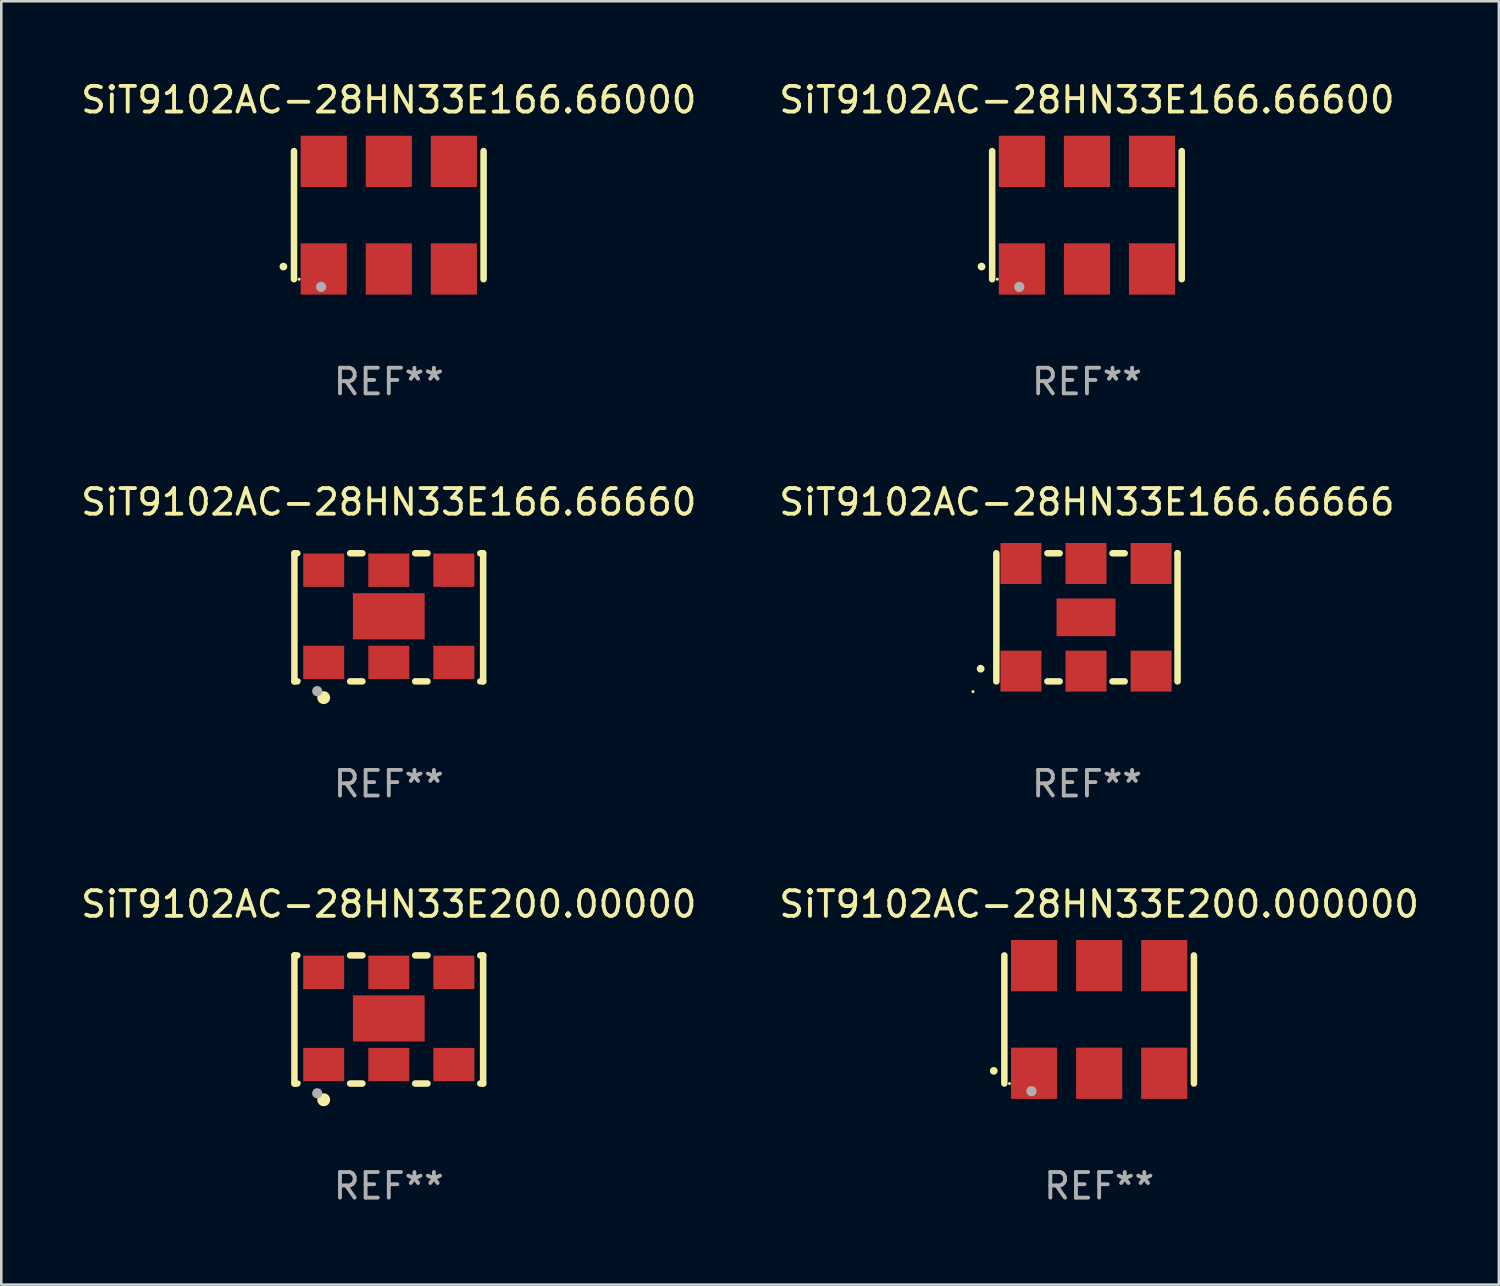
<source format=kicad_pcb>
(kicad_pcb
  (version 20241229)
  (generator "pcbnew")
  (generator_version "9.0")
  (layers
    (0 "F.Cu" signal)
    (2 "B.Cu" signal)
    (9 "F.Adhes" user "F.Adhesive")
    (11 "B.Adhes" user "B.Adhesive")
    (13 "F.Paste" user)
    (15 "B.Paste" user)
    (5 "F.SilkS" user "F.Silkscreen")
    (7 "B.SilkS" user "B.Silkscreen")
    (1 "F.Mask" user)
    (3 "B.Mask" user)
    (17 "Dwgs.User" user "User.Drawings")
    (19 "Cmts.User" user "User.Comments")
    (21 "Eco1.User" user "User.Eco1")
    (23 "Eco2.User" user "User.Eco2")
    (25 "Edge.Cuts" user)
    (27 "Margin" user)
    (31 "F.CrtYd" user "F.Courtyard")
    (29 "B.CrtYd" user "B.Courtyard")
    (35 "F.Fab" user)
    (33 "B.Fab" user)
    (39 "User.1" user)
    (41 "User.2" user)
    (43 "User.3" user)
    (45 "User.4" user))
  (footprint "SiT9102AC-28HN33E166.66000"
    (layer "F.Cu")
    (at 12.125 5.348)
    (property "Reference" "SiT9102AC-28HN33E166.66000" (at 0 -4.5 0) (layer "F.SilkS") (effects (font (size 1 1) (thickness 0.15))))
    (attr through_hole)
    (fp_line (start -3.7 -2.5) (end -3.7 2.5) (stroke (width 0.254) (type solid)) (layer "F.SilkS"))
    (fp_line (start 3.7 -2.5) (end 3.7 2.5) (stroke (width 0.254) (type solid)) (layer "F.SilkS"))
    (fp_arc (start -4.114415 2.006604) (mid -4.113145 2.006599) (end -4.111875 2.006604) (stroke (width 0.3) (type solid)) (layer "F.SilkS"))
    (fp_circle (center -3.5 2.501) (end -3.47 2.501) (stroke (width 0.06) (type solid)) (fill no) (layer "F.SilkS"))
    (fp_circle (center -2.641 2.799) (end -2.541 2.799) (stroke (width 0.2) (type solid)) (fill no) (layer "F.Fab"))
    (fp_text user "REF**" (at 0 6.5 0) (layer "F.Fab") (effects (font (size 1 1) (thickness 0.15))))
    (pad "1" smd rect (at -2.54 2.1) (size 1.8 2) (layers "F.Cu" "F.Mask" "F.Paste"))
    (pad "2" smd rect (at 0.000394 2.1) (size 1.8 2) (layers "F.Cu" "F.Mask" "F.Paste"))
    (pad "3" smd rect (at 2.54 2.1) (size 1.8 2) (layers "F.Cu" "F.Mask" "F.Paste"))
    (pad "4" smd rect (at 2.54 -2.1) (size 1.8 2) (layers "F.Cu" "F.Mask" "F.Paste"))
    (pad "5" smd rect (at 0.000394 -2.1) (size 1.8 2) (layers "F.Cu" "F.Mask" "F.Paste"))
    (pad "6" smd rect (at -2.54 -2.1) (size 1.8 2) (layers "F.Cu" "F.Mask" "F.Paste")))
  (footprint "SiT9102AC-28HN33E166.66660"
    (layer "F.Cu")
    (at 12.125 21.045)
    (property "Reference" "SiT9102AC-28HN33E166.66660" (at 0 -4.5 0) (layer "F.SilkS") (effects (font (size 1 1) (thickness 0.15))))
    (attr through_hole)
    (fp_line (start -3.683 -2.5) (end -3.571 -2.5) (stroke (width 0.254) (type solid)) (layer "F.SilkS"))
    (fp_line (start -3.683 2.5) (end -3.683 -2.5) (stroke (width 0.254) (type solid)) (layer "F.SilkS"))
    (fp_line (start -3.683 2.5) (end -3.571 2.5) (stroke (width 0.254) (type solid)) (layer "F.SilkS"))
    (fp_line (start -1.509 -2.5) (end -1.031 -2.5) (stroke (width 0.254) (type solid)) (layer "F.SilkS"))
    (fp_line (start -1.509 2.5) (end -1.031 2.5) (stroke (width 0.254) (type solid)) (layer "F.SilkS"))
    (fp_line (start 1.031 -2.5) (end 1.509 -2.5) (stroke (width 0.254) (type solid)) (layer "F.SilkS"))
    (fp_line (start 1.031 2.5) (end 1.509 2.5) (stroke (width 0.254) (type solid)) (layer "F.SilkS"))
    (fp_line (start 3.571 -2.5) (end 3.683 -2.5) (stroke (width 0.254) (type solid)) (layer "F.SilkS"))
    (fp_line (start 3.571 2.5) (end 3.683 2.5) (stroke (width 0.254) (type solid)) (layer "F.SilkS"))
    (fp_line (start 3.683 2.5) (end 3.683 -2.5) (stroke (width 0.254) (type solid)) (layer "F.SilkS"))
    (fp_circle (center -3.5 2.46) (end -3.47 2.46) (stroke (width 0.06) (type solid)) (fill no) (layer "F.SilkS"))
    (fp_circle (center -2.54 3.135) (end -2.413 3.135) (stroke (width 0.254) (type solid)) (fill no) (layer "F.SilkS"))
    (fp_circle (center -2.794 2.881) (end -2.694 2.881) (stroke (width 0.2) (type solid)) (fill no) (layer "F.Fab"))
    (fp_text user "REF**" (at 0 6.5 0) (layer "F.Fab") (effects (font (size 1 1) (thickness 0.15))))
    (pad "1" smd rect (at -2.54 1.76) (size 1.6 1.3) (layers "F.Cu" "F.Mask" "F.Paste"))
    (pad "2" smd rect (at 0 1.76) (size 1.6 1.3) (layers "F.Cu" "F.Mask" "F.Paste"))
    (pad "3" smd rect (at 2.54 1.76) (size 1.6 1.3) (layers "F.Cu" "F.Mask" "F.Paste"))
    (pad "4" smd rect (at 2.54 -1.84) (size 1.6 1.3) (layers "F.Cu" "F.Mask" "F.Paste"))
    (pad "5" smd rect (at 0 -1.84) (size 1.6 1.3) (layers "F.Cu" "F.Mask" "F.Paste"))
    (pad "6" smd rect (at -2.54 -1.84) (size 1.6 1.3) (layers "F.Cu" "F.Mask" "F.Paste"))
    (pad "7" smd rect (at 0 -0.04) (size 2.8 1.8) (layers "F.Cu" "F.Mask" "F.Paste")))
  (footprint "SiT9102AC-28HN33E166.66666"
    (layer "F.Cu")
    (at 39.375 21.045)
    (property "Reference" "SiT9102AC-28HN33E166.66666" (at 0 -4.5 0) (layer "F.SilkS") (effects (font (size 1 1) (thickness 0.15))))
    (attr through_hole)
    (fp_line (start -3.536 -2.5) (end -3.536 2.5) (stroke (width 0.254) (type solid)) (layer "F.SilkS"))
    (fp_line (start -1.544 2.5) (end -1.067 2.5) (stroke (width 0.254) (type solid)) (layer "F.SilkS"))
    (fp_line (start -1.067 -2.5) (end -1.544 -2.5) (stroke (width 0.254) (type solid)) (layer "F.SilkS"))
    (fp_line (start 0.996 2.5) (end 1.473 2.5) (stroke (width 0.254) (type solid)) (layer "F.SilkS"))
    (fp_line (start 1.473 -2.5) (end 0.996 -2.5) (stroke (width 0.254) (type solid)) (layer "F.SilkS"))
    (fp_line (start 3.536 -2.5) (end 3.536 -2.5) (stroke (width 0.254) (type solid)) (layer "F.SilkS"))
    (fp_line (start 3.536 2.5) (end 3.536 -2.5) (stroke (width 0.254) (type solid)) (layer "F.SilkS"))
    (fp_arc (start -4.150432 2.006604) (mid -4.149162 2.006599) (end -4.147892 2.006604) (stroke (width 0.3) (type solid)) (layer "F.SilkS"))
    (fp_circle (center -4.449 2.9) (end -4.419 2.9) (stroke (width 0.06) (type solid)) (fill no) (layer "F.SilkS"))
    (fp_text user "REF**" (at 0 6.5 0) (layer "F.Fab") (effects (font (size 1 1) (thickness 0.15))))
    (pad "1" smd rect (at -2.576 2.1) (size 1.6 1.6) (layers "F.Cu" "F.Mask" "F.Paste"))
    (pad "2" smd rect (at -0.036 2.1) (size 1.6 1.6) (layers "F.Cu" "F.Mask" "F.Paste"))
    (pad "3" smd rect (at 2.504 2.1) (size 1.6 1.6) (layers "F.Cu" "F.Mask" "F.Paste"))
    (pad "4" smd rect (at 2.504 -2.1) (size 1.6 1.6) (layers "F.Cu" "F.Mask" "F.Paste"))
    (pad "5" smd rect (at -0.036 -2.1) (size 1.6 1.6) (layers "F.Cu" "F.Mask" "F.Paste"))
    (pad "6" smd rect (at -2.576 -2.1) (size 1.6 1.6) (layers "F.Cu" "F.Mask" "F.Paste"))
    (pad "7" smd rect (at -0.036 0) (size 2.3 1.47) (layers "F.Cu" "F.Mask" "F.Paste")))
  (footprint "SiT9102AC-28HN33E200.000000"
    (layer "F.Cu")
    (at 39.851 36.741)
    (property "Reference" "SiT9102AC-28HN33E200.000000" (at 0 -4.5 0) (layer "F.SilkS") (effects (font (size 1 1) (thickness 0.15))))
    (attr through_hole)
    (fp_line (start -3.7 -2.5) (end -3.7 2.5) (stroke (width 0.254) (type solid)) (layer "F.SilkS"))
    (fp_line (start 3.7 -2.5) (end 3.7 2.5) (stroke (width 0.254) (type solid)) (layer "F.SilkS"))
    (fp_arc (start -4.114415 2.006604) (mid -4.113145 2.006599) (end -4.111875 2.006604) (stroke (width 0.3) (type solid)) (layer "F.SilkS"))
    (fp_circle (center -3.5 2.501) (end -3.47 2.501) (stroke (width 0.06) (type solid)) (fill no) (layer "F.SilkS"))
    (fp_circle (center -2.641 2.799) (end -2.541 2.799) (stroke (width 0.2) (type solid)) (fill no) (layer "F.Fab"))
    (fp_text user "REF**" (at 0 6.5 0) (layer "F.Fab") (effects (font (size 1 1) (thickness 0.15))))
    (pad "1" smd rect (at -2.54 2.1) (size 1.8 2) (layers "F.Cu" "F.Mask" "F.Paste"))
    (pad "2" smd rect (at 0.000394 2.1) (size 1.8 2) (layers "F.Cu" "F.Mask" "F.Paste"))
    (pad "3" smd rect (at 2.54 2.1) (size 1.8 2) (layers "F.Cu" "F.Mask" "F.Paste"))
    (pad "4" smd rect (at 2.54 -2.1) (size 1.8 2) (layers "F.Cu" "F.Mask" "F.Paste"))
    (pad "5" smd rect (at 0.000394 -2.1) (size 1.8 2) (layers "F.Cu" "F.Mask" "F.Paste"))
    (pad "6" smd rect (at -2.54 -2.1) (size 1.8 2) (layers "F.Cu" "F.Mask" "F.Paste")))
  (footprint "SiT9102AC-28HN33E200.00000"
    (layer "F.Cu")
    (at 12.125 36.741)
    (property "Reference" "SiT9102AC-28HN33E200.00000" (at 0 -4.5 0) (layer "F.SilkS") (effects (font (size 1 1) (thickness 0.15))))
    (attr through_hole)
    (fp_line (start -3.683 -2.5) (end -3.571 -2.5) (stroke (width 0.254) (type solid)) (layer "F.SilkS"))
    (fp_line (start -3.683 2.5) (end -3.683 -2.5) (stroke (width 0.254) (type solid)) (layer "F.SilkS"))
    (fp_line (start -3.683 2.5) (end -3.571 2.5) (stroke (width 0.254) (type solid)) (layer "F.SilkS"))
    (fp_line (start -1.509 -2.5) (end -1.031 -2.5) (stroke (width 0.254) (type solid)) (layer "F.SilkS"))
    (fp_line (start -1.509 2.5) (end -1.031 2.5) (stroke (width 0.254) (type solid)) (layer "F.SilkS"))
    (fp_line (start 1.031 -2.5) (end 1.509 -2.5) (stroke (width 0.254) (type solid)) (layer "F.SilkS"))
    (fp_line (start 1.031 2.5) (end 1.509 2.5) (stroke (width 0.254) (type solid)) (layer "F.SilkS"))
    (fp_line (start 3.571 -2.5) (end 3.683 -2.5) (stroke (width 0.254) (type solid)) (layer "F.SilkS"))
    (fp_line (start 3.571 2.5) (end 3.683 2.5) (stroke (width 0.254) (type solid)) (layer "F.SilkS"))
    (fp_line (start 3.683 2.5) (end 3.683 -2.5) (stroke (width 0.254) (type solid)) (layer "F.SilkS"))
    (fp_circle (center -3.5 2.46) (end -3.47 2.46) (stroke (width 0.06) (type solid)) (fill no) (layer "F.SilkS"))
    (fp_circle (center -2.54 3.135) (end -2.413 3.135) (stroke (width 0.254) (type solid)) (fill no) (layer "F.SilkS"))
    (fp_circle (center -2.794 2.881) (end -2.694 2.881) (stroke (width 0.2) (type solid)) (fill no) (layer "F.Fab"))
    (fp_text user "REF**" (at 0 6.5 0) (layer "F.Fab") (effects (font (size 1 1) (thickness 0.15))))
    (pad "1" smd rect (at -2.54 1.76) (size 1.6 1.3) (layers "F.Cu" "F.Mask" "F.Paste"))
    (pad "2" smd rect (at 0 1.76) (size 1.6 1.3) (layers "F.Cu" "F.Mask" "F.Paste"))
    (pad "3" smd rect (at 2.54 1.76) (size 1.6 1.3) (layers "F.Cu" "F.Mask" "F.Paste"))
    (pad "4" smd rect (at 2.54 -1.84) (size 1.6 1.3) (layers "F.Cu" "F.Mask" "F.Paste"))
    (pad "5" smd rect (at 0 -1.84) (size 1.6 1.3) (layers "F.Cu" "F.Mask" "F.Paste"))
    (pad "6" smd rect (at -2.54 -1.84) (size 1.6 1.3) (layers "F.Cu" "F.Mask" "F.Paste"))
    (pad "7" smd rect (at 0 -0.04) (size 2.8 1.8) (layers "F.Cu" "F.Mask" "F.Paste")))
  (footprint "SiT9102AC-28HN33E166.66600"
    (layer "F.Cu")
    (at 39.375 5.348)
    (property "Reference" "SiT9102AC-28HN33E166.66600" (at 0 -4.5 0) (layer "F.SilkS") (effects (font (size 1 1) (thickness 0.15))))
    (attr through_hole)
    (fp_line (start -3.7 -2.5) (end -3.7 2.5) (stroke (width 0.254) (type solid)) (layer "F.SilkS"))
    (fp_line (start 3.7 -2.5) (end 3.7 2.5) (stroke (width 0.254) (type solid)) (layer "F.SilkS"))
    (fp_arc (start -4.114415 2.006604) (mid -4.113145 2.006599) (end -4.111875 2.006604) (stroke (width 0.3) (type solid)) (layer "F.SilkS"))
    (fp_circle (center -3.5 2.501) (end -3.47 2.501) (stroke (width 0.06) (type solid)) (fill no) (layer "F.SilkS"))
    (fp_circle (center -2.641 2.799) (end -2.541 2.799) (stroke (width 0.2) (type solid)) (fill no) (layer "F.Fab"))
    (fp_text user "REF**" (at 0 6.5 0) (layer "F.Fab") (effects (font (size 1 1) (thickness 0.15))))
    (pad "1" smd rect (at -2.54 2.1) (size 1.8 2) (layers "F.Cu" "F.Mask" "F.Paste"))
    (pad "2" smd rect (at 0.000394 2.1) (size 1.8 2) (layers "F.Cu" "F.Mask" "F.Paste"))
    (pad "3" smd rect (at 2.54 2.1) (size 1.8 2) (layers "F.Cu" "F.Mask" "F.Paste"))
    (pad "4" smd rect (at 2.54 -2.1) (size 1.8 2) (layers "F.Cu" "F.Mask" "F.Paste"))
    (pad "5" smd rect (at 0.000394 -2.1) (size 1.8 2) (layers "F.Cu" "F.Mask" "F.Paste"))
    (pad "6" smd rect (at -2.54 -2.1) (size 1.8 2) (layers "F.Cu" "F.Mask" "F.Paste")))
  (gr_rect
    (start -3 -3)
    (end 55.452 47.09)
    (stroke (width 0.1) (type default))
    (fill no)
    (layer "Edge.Cuts")))
</source>
